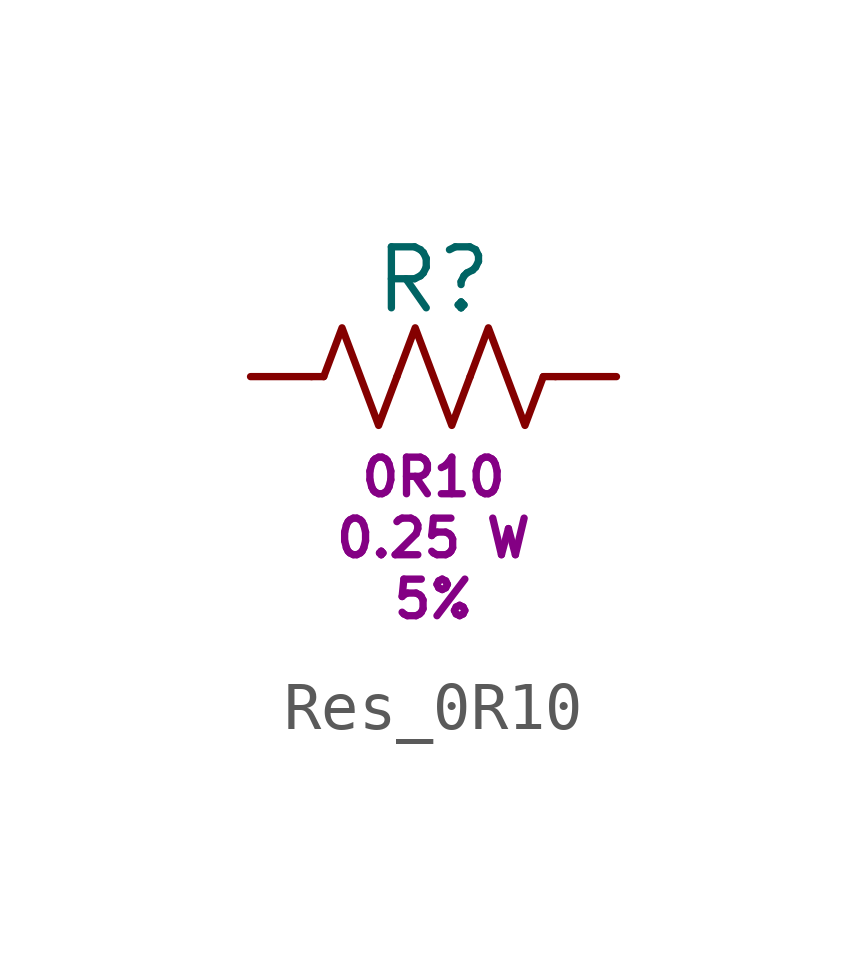
<source format=kicad_sym>
(kicad_symbol_lib
  (version 20211014)
  (generator kicad_symbol_editor)
  (symbol "Res_0R10"
    (pin_numbers hide)
    (pin_names
      (offset 0))
    (property "Reference" "R"
      (at 0 1.27 0)
      (effects (font (size 1.27 1.27)) (justify bottom)))
    (property "Resistance" "0R10"
      (at 0 -2.54 0)
      (effects (font (size 0.762 0.762)) (justify bottom)))
    (property "Power" "0.25 W"
      (at 0 -3.81 0)
      (effects (font (size 0.762 0.762)) (justify bottom)))
    (property "Tolerance" "5%"
      (at 0 -5.08 0)
      (effects (font (size 0.762 0.762)) (justify bottom)))
    (symbol "Res_0R10_0_1"
      (polyline (pts (xy -2.286 0) (xy -2.54 0)) (stroke (width 0) (type default) (color 0 0 0 0)) (fill (type none)))
      (polyline (pts (xy 2.286 0) (xy 2.54 0)) (stroke (width 0) (type default) (color 0 0 0 0)) (fill (type none)))
      (polyline (pts (xy -2.286 0) (xy -1.905 1.016) (xy -1.524 0) (xy -1.143 -1.016) (xy -0.762 0)) (stroke (width 0) (type default) (color 0 0 0 0)) (fill (type none)))
      (polyline (pts (xy -0.762 0) (xy -0.381 1.016) (xy 0 0) (xy 0.381 -1.016) (xy 0.762 0)) (stroke (width 0) (type default) (color 0 0 0 0)) (fill (type none)))
      (polyline (pts (xy 0.762 0) (xy 1.143 1.016) (xy 1.524 0) (xy 1.905 -1.016) (xy 2.286 0)) (stroke (width 0) (type default) (color 0 0 0 0)) (fill (type none))))
    (symbol "Res_0R10_1_1"
      (pin passive line (at -3.81 0 0) (length 1.27) (name "~" (effects (font (size 1.27 1.27)))) (number "1" (effects (font (size 1.27 1.27)))))
      (pin passive line (at 3.81 0 180) (length 1.27) (name "~" (effects (font (size 1.27 1.27)))) (number "2" (effects (font (size 1.27 1.27))))))))
</source>
